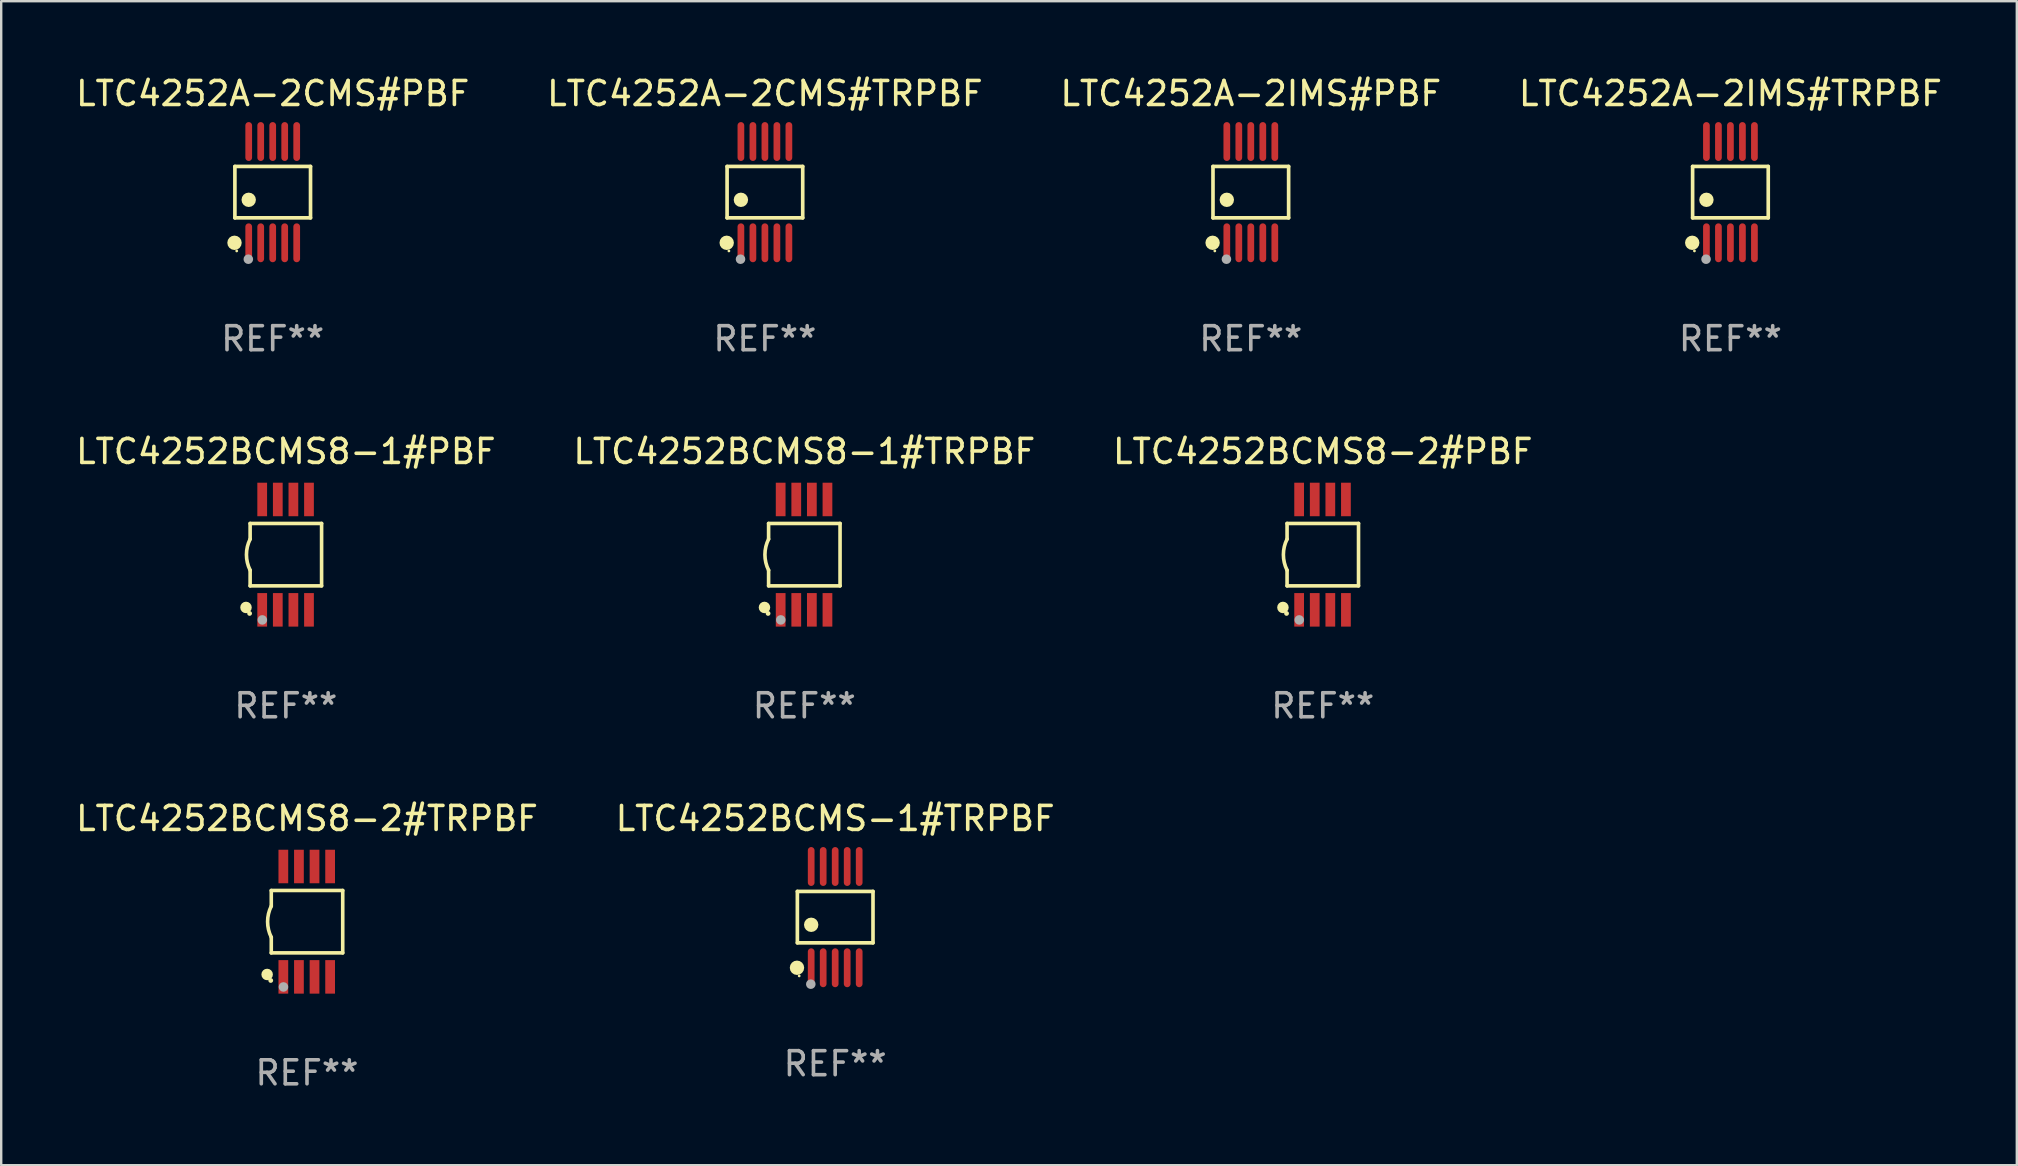
<source format=kicad_pcb>
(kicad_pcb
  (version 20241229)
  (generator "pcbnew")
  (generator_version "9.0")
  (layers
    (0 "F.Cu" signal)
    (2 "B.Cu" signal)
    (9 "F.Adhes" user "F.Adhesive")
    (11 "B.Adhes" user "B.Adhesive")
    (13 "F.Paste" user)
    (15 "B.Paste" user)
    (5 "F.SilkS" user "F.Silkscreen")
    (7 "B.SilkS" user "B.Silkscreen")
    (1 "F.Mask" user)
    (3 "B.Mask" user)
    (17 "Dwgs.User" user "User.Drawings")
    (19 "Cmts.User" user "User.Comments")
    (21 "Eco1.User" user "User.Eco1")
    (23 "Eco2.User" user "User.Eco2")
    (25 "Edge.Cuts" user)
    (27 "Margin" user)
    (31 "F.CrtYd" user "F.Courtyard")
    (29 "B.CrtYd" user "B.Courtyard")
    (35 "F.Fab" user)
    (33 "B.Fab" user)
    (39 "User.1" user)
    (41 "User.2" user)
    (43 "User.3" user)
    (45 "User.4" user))
  (footprint "LTC4252BCMS8-2#PBF"
    (layer "F.Cu")
    (at 52.077 20.065)
    (property "Reference" "LTC4252BCMS8-2#PBF" (at 0 -4.3 0) (layer "F.SilkS") (effects (font (size 1 1) (thickness 0.15))))
    (attr through_hole)
    (fp_line (start -1.489 -1.3) (end -1.489 -0.648) (stroke (width 0.15) (type solid)) (layer "F.SilkS"))
    (fp_line (start -1.489 0.648) (end -1.489 1.3) (stroke (width 0.15) (type solid)) (layer "F.SilkS"))
    (fp_line (start -1.489 1.3) (end 1.489 1.3) (stroke (width 0.15) (type solid)) (layer "F.SilkS"))
    (fp_line (start 1.489 -1.3) (end -1.489 -1.3) (stroke (width 0.15) (type solid)) (layer "F.SilkS"))
    (fp_line (start 1.489 1.3) (end 1.489 -1.3) (stroke (width 0.15) (type solid)) (layer "F.SilkS"))
    (fp_arc (start -1.489205 0.647702) (mid -1.642107 0) (end -1.489205 -0.647701) (stroke (width 0.150013) (type solid)) (layer "F.SilkS"))
    (fp_circle (center -1.661 2.2) (end -1.541 2.2) (stroke (width 0.24) (type solid)) (fill no) (layer "F.SilkS"))
    (fp_circle (center -1.511 2.45) (end -1.461 2.45) (stroke (width 0.1) (type solid)) (fill no) (layer "F.SilkS"))
    (fp_circle (center -0.981 2.72) (end -0.881 2.72) (stroke (width 0.2) (type solid)) (fill no) (layer "F.Fab"))
    (fp_text user "REF**" (at 0 6.3 0) (layer "F.Fab") (effects (font (size 1 1) (thickness 0.15))))
    (pad "1" smd rect (at -0.986 2.3) (size 0.406 1.397) (layers "F.Cu" "F.Mask" "F.Paste"))
    (pad "2" smd rect (at -0.336 2.3) (size 0.406 1.397) (layers "F.Cu" "F.Mask" "F.Paste"))
    (pad "3" smd rect (at 0.314 2.3) (size 0.406 1.397) (layers "F.Cu" "F.Mask" "F.Paste"))
    (pad "4" smd rect (at 0.964 2.3) (size 0.406 1.397) (layers "F.Cu" "F.Mask" "F.Paste"))
    (pad "5" smd rect (at 0.964 -2.3) (size 0.406 1.397) (layers "F.Cu" "F.Mask" "F.Paste"))
    (pad "6" smd rect (at 0.314 -2.3) (size 0.406 1.397) (layers "F.Cu" "F.Mask" "F.Paste"))
    (pad "7" smd rect (at -0.336 -2.3) (size 0.406 1.397) (layers "F.Cu" "F.Mask" "F.Paste"))
    (pad "8" smd rect (at -0.986 -2.3) (size 0.406 1.397) (layers "F.Cu" "F.Mask" "F.Paste")))
  (footprint "LTC4252BCMS8-1#PBF"
    (layer "F.Cu")
    (at 8.863 20.065)
    (property "Reference" "LTC4252BCMS8-1#PBF" (at 0 -4.3 0) (layer "F.SilkS") (effects (font (size 1 1) (thickness 0.15))))
    (attr through_hole)
    (fp_line (start -1.489 -1.3) (end -1.489 -0.648) (stroke (width 0.15) (type solid)) (layer "F.SilkS"))
    (fp_line (start -1.489 0.648) (end -1.489 1.3) (stroke (width 0.15) (type solid)) (layer "F.SilkS"))
    (fp_line (start -1.489 1.3) (end 1.489 1.3) (stroke (width 0.15) (type solid)) (layer "F.SilkS"))
    (fp_line (start 1.489 -1.3) (end -1.489 -1.3) (stroke (width 0.15) (type solid)) (layer "F.SilkS"))
    (fp_line (start 1.489 1.3) (end 1.489 -1.3) (stroke (width 0.15) (type solid)) (layer "F.SilkS"))
    (fp_arc (start -1.489205 0.647702) (mid -1.642107 0) (end -1.489205 -0.647701) (stroke (width 0.150013) (type solid)) (layer "F.SilkS"))
    (fp_circle (center -1.661 2.2) (end -1.541 2.2) (stroke (width 0.24) (type solid)) (fill no) (layer "F.SilkS"))
    (fp_circle (center -1.511 2.45) (end -1.461 2.45) (stroke (width 0.1) (type solid)) (fill no) (layer "F.SilkS"))
    (fp_circle (center -0.981 2.72) (end -0.881 2.72) (stroke (width 0.2) (type solid)) (fill no) (layer "F.Fab"))
    (fp_text user "REF**" (at 0 6.3 0) (layer "F.Fab") (effects (font (size 1 1) (thickness 0.15))))
    (pad "1" smd rect (at -0.986 2.3) (size 0.406 1.397) (layers "F.Cu" "F.Mask" "F.Paste"))
    (pad "2" smd rect (at -0.336 2.3) (size 0.406 1.397) (layers "F.Cu" "F.Mask" "F.Paste"))
    (pad "3" smd rect (at 0.314 2.3) (size 0.406 1.397) (layers "F.Cu" "F.Mask" "F.Paste"))
    (pad "4" smd rect (at 0.964 2.3) (size 0.406 1.397) (layers "F.Cu" "F.Mask" "F.Paste"))
    (pad "5" smd rect (at 0.964 -2.3) (size 0.406 1.397) (layers "F.Cu" "F.Mask" "F.Paste"))
    (pad "6" smd rect (at 0.314 -2.3) (size 0.406 1.397) (layers "F.Cu" "F.Mask" "F.Paste"))
    (pad "7" smd rect (at -0.336 -2.3) (size 0.406 1.397) (layers "F.Cu" "F.Mask" "F.Paste"))
    (pad "8" smd rect (at -0.986 -2.3) (size 0.406 1.397) (layers "F.Cu" "F.Mask" "F.Paste")))
  (footprint "LTC4252BCMS8-1#TRPBF"
    (layer "F.Cu")
    (at 30.47 20.065)
    (property "Reference" "LTC4252BCMS8-1#TRPBF" (at 0 -4.3 0) (layer "F.SilkS") (effects (font (size 1 1) (thickness 0.15))))
    (attr through_hole)
    (fp_line (start -1.489 -1.3) (end -1.489 -0.648) (stroke (width 0.15) (type solid)) (layer "F.SilkS"))
    (fp_line (start -1.489 0.648) (end -1.489 1.3) (stroke (width 0.15) (type solid)) (layer "F.SilkS"))
    (fp_line (start -1.489 1.3) (end 1.489 1.3) (stroke (width 0.15) (type solid)) (layer "F.SilkS"))
    (fp_line (start 1.489 -1.3) (end -1.489 -1.3) (stroke (width 0.15) (type solid)) (layer "F.SilkS"))
    (fp_line (start 1.489 1.3) (end 1.489 -1.3) (stroke (width 0.15) (type solid)) (layer "F.SilkS"))
    (fp_arc (start -1.489205 0.647702) (mid -1.642107 0) (end -1.489205 -0.647701) (stroke (width 0.150013) (type solid)) (layer "F.SilkS"))
    (fp_circle (center -1.661 2.2) (end -1.541 2.2) (stroke (width 0.24) (type solid)) (fill no) (layer "F.SilkS"))
    (fp_circle (center -1.511 2.45) (end -1.461 2.45) (stroke (width 0.1) (type solid)) (fill no) (layer "F.SilkS"))
    (fp_circle (center -0.981 2.72) (end -0.881 2.72) (stroke (width 0.2) (type solid)) (fill no) (layer "F.Fab"))
    (fp_text user "REF**" (at 0 6.3 0) (layer "F.Fab") (effects (font (size 1 1) (thickness 0.15))))
    (pad "1" smd rect (at -0.986 2.3) (size 0.406 1.397) (layers "F.Cu" "F.Mask" "F.Paste"))
    (pad "2" smd rect (at -0.336 2.3) (size 0.406 1.397) (layers "F.Cu" "F.Mask" "F.Paste"))
    (pad "3" smd rect (at 0.314 2.3) (size 0.406 1.397) (layers "F.Cu" "F.Mask" "F.Paste"))
    (pad "4" smd rect (at 0.964 2.3) (size 0.406 1.397) (layers "F.Cu" "F.Mask" "F.Paste"))
    (pad "5" smd rect (at 0.964 -2.3) (size 0.406 1.397) (layers "F.Cu" "F.Mask" "F.Paste"))
    (pad "6" smd rect (at 0.314 -2.3) (size 0.406 1.397) (layers "F.Cu" "F.Mask" "F.Paste"))
    (pad "7" smd rect (at -0.336 -2.3) (size 0.406 1.397) (layers "F.Cu" "F.Mask" "F.Paste"))
    (pad "8" smd rect (at -0.986 -2.3) (size 0.406 1.397) (layers "F.Cu" "F.Mask" "F.Paste")))
  (footprint "LTC4252A-2IMS#PBF"
    (layer "F.Cu")
    (at 49.077 4.958)
    (property "Reference" "LTC4252A-2IMS#PBF" (at 0 -4.11 0) (layer "F.SilkS") (effects (font (size 1 1) (thickness 0.15))))
    (attr through_hole)
    (fp_line (start -1.576 -1.071) (end 1.576 -1.071) (stroke (width 0.152) (type solid)) (layer "F.SilkS"))
    (fp_line (start -1.576 1.071) (end -1.576 -1.071) (stroke (width 0.152) (type solid)) (layer "F.SilkS"))
    (fp_line (start 1.576 -1.071) (end 1.576 1.071) (stroke (width 0.152) (type solid)) (layer "F.SilkS"))
    (fp_line (start 1.576 1.071) (end -1.576 1.071) (stroke (width 0.152) (type solid)) (layer "F.SilkS"))
    (fp_circle (center -1.592 2.11) (end -1.442 2.11) (stroke (width 0.3) (type solid)) (fill no) (layer "F.SilkS"))
    (fp_circle (center -1.5 2.45) (end -1.47 2.45) (stroke (width 0.06) (type solid)) (fill no) (layer "F.SilkS"))
    (fp_circle (center -1 0.319) (end -0.85 0.319) (stroke (width 0.3) (type solid)) (fill no) (layer "F.SilkS"))
    (fp_circle (center -1.016 2.794) (end -0.916 2.794) (stroke (width 0.2) (type solid)) (fill no) (layer "F.Fab"))
    (fp_text user "REF**" (at 0 6.11 0) (layer "F.Fab") (effects (font (size 1 1) (thickness 0.15))))
    (pad "1" smd oval (at -1 2.11) (size 0.28 1.62) (layers "F.Cu" "F.Mask" "F.Paste"))
    (pad "2" smd oval (at -0.5 2.11) (size 0.28 1.62) (layers "F.Cu" "F.Mask" "F.Paste"))
    (pad "3" smd oval (at 0 2.11) (size 0.28 1.62) (layers "F.Cu" "F.Mask" "F.Paste"))
    (pad "4" smd oval (at 0.5 2.11) (size 0.28 1.62) (layers "F.Cu" "F.Mask" "F.Paste"))
    (pad "5" smd oval (at 1 2.11) (size 0.28 1.62) (layers "F.Cu" "F.Mask" "F.Paste"))
    (pad "6" smd oval (at 1 -2.11) (size 0.28 1.62) (layers "F.Cu" "F.Mask" "F.Paste"))
    (pad "7" smd oval (at 0.5 -2.11) (size 0.28 1.62) (layers "F.Cu" "F.Mask" "F.Paste"))
    (pad "8" smd oval (at 0 -2.11) (size 0.28 1.62) (layers "F.Cu" "F.Mask" "F.Paste"))
    (pad "9" smd oval (at -0.5 -2.11) (size 0.28 1.62) (layers "F.Cu" "F.Mask" "F.Paste"))
    (pad "10" smd oval (at -1 -2.11) (size 0.28 1.62) (layers "F.Cu" "F.Mask" "F.Paste")))
  (footprint "LTC4252A-2IMS#TRPBF"
    (layer "F.Cu")
    (at 69.065 4.958)
    (property "Reference" "LTC4252A-2IMS#TRPBF" (at 0 -4.11 0) (layer "F.SilkS") (effects (font (size 1 1) (thickness 0.15))))
    (attr through_hole)
    (fp_line (start -1.576 -1.071) (end 1.576 -1.071) (stroke (width 0.152) (type solid)) (layer "F.SilkS"))
    (fp_line (start -1.576 1.071) (end -1.576 -1.071) (stroke (width 0.152) (type solid)) (layer "F.SilkS"))
    (fp_line (start 1.576 -1.071) (end 1.576 1.071) (stroke (width 0.152) (type solid)) (layer "F.SilkS"))
    (fp_line (start 1.576 1.071) (end -1.576 1.071) (stroke (width 0.152) (type solid)) (layer "F.SilkS"))
    (fp_circle (center -1.592 2.11) (end -1.442 2.11) (stroke (width 0.3) (type solid)) (fill no) (layer "F.SilkS"))
    (fp_circle (center -1.5 2.45) (end -1.47 2.45) (stroke (width 0.06) (type solid)) (fill no) (layer "F.SilkS"))
    (fp_circle (center -1 0.319) (end -0.85 0.319) (stroke (width 0.3) (type solid)) (fill no) (layer "F.SilkS"))
    (fp_circle (center -1.016 2.794) (end -0.916 2.794) (stroke (width 0.2) (type solid)) (fill no) (layer "F.Fab"))
    (fp_text user "REF**" (at 0 6.11 0) (layer "F.Fab") (effects (font (size 1 1) (thickness 0.15))))
    (pad "1" smd oval (at -1 2.11) (size 0.28 1.62) (layers "F.Cu" "F.Mask" "F.Paste"))
    (pad "2" smd oval (at -0.5 2.11) (size 0.28 1.62) (layers "F.Cu" "F.Mask" "F.Paste"))
    (pad "3" smd oval (at 0 2.11) (size 0.28 1.62) (layers "F.Cu" "F.Mask" "F.Paste"))
    (pad "4" smd oval (at 0.5 2.11) (size 0.28 1.62) (layers "F.Cu" "F.Mask" "F.Paste"))
    (pad "5" smd oval (at 1 2.11) (size 0.28 1.62) (layers "F.Cu" "F.Mask" "F.Paste"))
    (pad "6" smd oval (at 1 -2.11) (size 0.28 1.62) (layers "F.Cu" "F.Mask" "F.Paste"))
    (pad "7" smd oval (at 0.5 -2.11) (size 0.28 1.62) (layers "F.Cu" "F.Mask" "F.Paste"))
    (pad "8" smd oval (at 0 -2.11) (size 0.28 1.62) (layers "F.Cu" "F.Mask" "F.Paste"))
    (pad "9" smd oval (at -0.5 -2.11) (size 0.28 1.62) (layers "F.Cu" "F.Mask" "F.Paste"))
    (pad "10" smd oval (at -1 -2.11) (size 0.28 1.62) (layers "F.Cu" "F.Mask" "F.Paste")))
  (footprint "LTC4252BCMS8-2#TRPBF"
    (layer "F.Cu")
    (at 9.744 35.361)
    (property "Reference" "LTC4252BCMS8-2#TRPBF" (at 0 -4.3 0) (layer "F.SilkS") (effects (font (size 1 1) (thickness 0.15))))
    (attr through_hole)
    (fp_line (start -1.489 -1.3) (end -1.489 -0.648) (stroke (width 0.15) (type solid)) (layer "F.SilkS"))
    (fp_line (start -1.489 0.648) (end -1.489 1.3) (stroke (width 0.15) (type solid)) (layer "F.SilkS"))
    (fp_line (start -1.489 1.3) (end 1.489 1.3) (stroke (width 0.15) (type solid)) (layer "F.SilkS"))
    (fp_line (start 1.489 -1.3) (end -1.489 -1.3) (stroke (width 0.15) (type solid)) (layer "F.SilkS"))
    (fp_line (start 1.489 1.3) (end 1.489 -1.3) (stroke (width 0.15) (type solid)) (layer "F.SilkS"))
    (fp_arc (start -1.489205 0.647702) (mid -1.642107 0) (end -1.489205 -0.647701) (stroke (width 0.150013) (type solid)) (layer "F.SilkS"))
    (fp_circle (center -1.661 2.2) (end -1.541 2.2) (stroke (width 0.24) (type solid)) (fill no) (layer "F.SilkS"))
    (fp_circle (center -1.511 2.45) (end -1.461 2.45) (stroke (width 0.1) (type solid)) (fill no) (layer "F.SilkS"))
    (fp_circle (center -0.981 2.72) (end -0.881 2.72) (stroke (width 0.2) (type solid)) (fill no) (layer "F.Fab"))
    (fp_text user "REF**" (at 0 6.3 0) (layer "F.Fab") (effects (font (size 1 1) (thickness 0.15))))
    (pad "1" smd rect (at -0.986 2.3) (size 0.406 1.397) (layers "F.Cu" "F.Mask" "F.Paste"))
    (pad "2" smd rect (at -0.336 2.3) (size 0.406 1.397) (layers "F.Cu" "F.Mask" "F.Paste"))
    (pad "3" smd rect (at 0.314 2.3) (size 0.406 1.397) (layers "F.Cu" "F.Mask" "F.Paste"))
    (pad "4" smd rect (at 0.964 2.3) (size 0.406 1.397) (layers "F.Cu" "F.Mask" "F.Paste"))
    (pad "5" smd rect (at 0.964 -2.3) (size 0.406 1.397) (layers "F.Cu" "F.Mask" "F.Paste"))
    (pad "6" smd rect (at 0.314 -2.3) (size 0.406 1.397) (layers "F.Cu" "F.Mask" "F.Paste"))
    (pad "7" smd rect (at -0.336 -2.3) (size 0.406 1.397) (layers "F.Cu" "F.Mask" "F.Paste"))
    (pad "8" smd rect (at -0.986 -2.3) (size 0.406 1.397) (layers "F.Cu" "F.Mask" "F.Paste")))
  (footprint "LTC4252A-2CMS#PBF"
    (layer "F.Cu")
    (at 8.315 4.958)
    (property "Reference" "LTC4252A-2CMS#PBF" (at 0 -4.11 0) (layer "F.SilkS") (effects (font (size 1 1) (thickness 0.15))))
    (attr through_hole)
    (fp_line (start -1.576 -1.071) (end 1.576 -1.071) (stroke (width 0.152) (type solid)) (layer "F.SilkS"))
    (fp_line (start -1.576 1.071) (end -1.576 -1.071) (stroke (width 0.152) (type solid)) (layer "F.SilkS"))
    (fp_line (start 1.576 -1.071) (end 1.576 1.071) (stroke (width 0.152) (type solid)) (layer "F.SilkS"))
    (fp_line (start 1.576 1.071) (end -1.576 1.071) (stroke (width 0.152) (type solid)) (layer "F.SilkS"))
    (fp_circle (center -1.592 2.11) (end -1.442 2.11) (stroke (width 0.3) (type solid)) (fill no) (layer "F.SilkS"))
    (fp_circle (center -1.5 2.45) (end -1.47 2.45) (stroke (width 0.06) (type solid)) (fill no) (layer "F.SilkS"))
    (fp_circle (center -1 0.319) (end -0.85 0.319) (stroke (width 0.3) (type solid)) (fill no) (layer "F.SilkS"))
    (fp_circle (center -1.016 2.794) (end -0.916 2.794) (stroke (width 0.2) (type solid)) (fill no) (layer "F.Fab"))
    (fp_text user "REF**" (at 0 6.11 0) (layer "F.Fab") (effects (font (size 1 1) (thickness 0.15))))
    (pad "1" smd oval (at -1 2.11) (size 0.28 1.62) (layers "F.Cu" "F.Mask" "F.Paste"))
    (pad "2" smd oval (at -0.5 2.11) (size 0.28 1.62) (layers "F.Cu" "F.Mask" "F.Paste"))
    (pad "3" smd oval (at 0 2.11) (size 0.28 1.62) (layers "F.Cu" "F.Mask" "F.Paste"))
    (pad "4" smd oval (at 0.5 2.11) (size 0.28 1.62) (layers "F.Cu" "F.Mask" "F.Paste"))
    (pad "5" smd oval (at 1 2.11) (size 0.28 1.62) (layers "F.Cu" "F.Mask" "F.Paste"))
    (pad "6" smd oval (at 1 -2.11) (size 0.28 1.62) (layers "F.Cu" "F.Mask" "F.Paste"))
    (pad "7" smd oval (at 0.5 -2.11) (size 0.28 1.62) (layers "F.Cu" "F.Mask" "F.Paste"))
    (pad "8" smd oval (at 0 -2.11) (size 0.28 1.62) (layers "F.Cu" "F.Mask" "F.Paste"))
    (pad "9" smd oval (at -0.5 -2.11) (size 0.28 1.62) (layers "F.Cu" "F.Mask" "F.Paste"))
    (pad "10" smd oval (at -1 -2.11) (size 0.28 1.62) (layers "F.Cu" "F.Mask" "F.Paste")))
  (footprint "LTC4252A-2CMS#TRPBF"
    (layer "F.Cu")
    (at 28.827 4.958)
    (property "Reference" "LTC4252A-2CMS#TRPBF" (at 0 -4.11 0) (layer "F.SilkS") (effects (font (size 1 1) (thickness 0.15))))
    (attr through_hole)
    (fp_line (start -1.576 -1.071) (end 1.576 -1.071) (stroke (width 0.152) (type solid)) (layer "F.SilkS"))
    (fp_line (start -1.576 1.071) (end -1.576 -1.071) (stroke (width 0.152) (type solid)) (layer "F.SilkS"))
    (fp_line (start 1.576 -1.071) (end 1.576 1.071) (stroke (width 0.152) (type solid)) (layer "F.SilkS"))
    (fp_line (start 1.576 1.071) (end -1.576 1.071) (stroke (width 0.152) (type solid)) (layer "F.SilkS"))
    (fp_circle (center -1.592 2.11) (end -1.442 2.11) (stroke (width 0.3) (type solid)) (fill no) (layer "F.SilkS"))
    (fp_circle (center -1.5 2.45) (end -1.47 2.45) (stroke (width 0.06) (type solid)) (fill no) (layer "F.SilkS"))
    (fp_circle (center -1 0.319) (end -0.85 0.319) (stroke (width 0.3) (type solid)) (fill no) (layer "F.SilkS"))
    (fp_circle (center -1.016 2.794) (end -0.916 2.794) (stroke (width 0.2) (type solid)) (fill no) (layer "F.Fab"))
    (fp_text user "REF**" (at 0 6.11 0) (layer "F.Fab") (effects (font (size 1 1) (thickness 0.15))))
    (pad "1" smd oval (at -1 2.11) (size 0.28 1.62) (layers "F.Cu" "F.Mask" "F.Paste"))
    (pad "2" smd oval (at -0.5 2.11) (size 0.28 1.62) (layers "F.Cu" "F.Mask" "F.Paste"))
    (pad "3" smd oval (at 0 2.11) (size 0.28 1.62) (layers "F.Cu" "F.Mask" "F.Paste"))
    (pad "4" smd oval (at 0.5 2.11) (size 0.28 1.62) (layers "F.Cu" "F.Mask" "F.Paste"))
    (pad "5" smd oval (at 1 2.11) (size 0.28 1.62) (layers "F.Cu" "F.Mask" "F.Paste"))
    (pad "6" smd oval (at 1 -2.11) (size 0.28 1.62) (layers "F.Cu" "F.Mask" "F.Paste"))
    (pad "7" smd oval (at 0.5 -2.11) (size 0.28 1.62) (layers "F.Cu" "F.Mask" "F.Paste"))
    (pad "8" smd oval (at 0 -2.11) (size 0.28 1.62) (layers "F.Cu" "F.Mask" "F.Paste"))
    (pad "9" smd oval (at -0.5 -2.11) (size 0.28 1.62) (layers "F.Cu" "F.Mask" "F.Paste"))
    (pad "10" smd oval (at -1 -2.11) (size 0.28 1.62) (layers "F.Cu" "F.Mask" "F.Paste")))
  (footprint "LTC4252BCMS-1#TRPBF"
    (layer "F.Cu")
    (at 31.756 35.171)
    (property "Reference" "LTC4252BCMS-1#TRPBF" (at 0 -4.11 0) (layer "F.SilkS") (effects (font (size 1 1) (thickness 0.15))))
    (attr through_hole)
    (fp_line (start -1.576 -1.071) (end 1.576 -1.071) (stroke (width 0.152) (type solid)) (layer "F.SilkS"))
    (fp_line (start -1.576 1.071) (end -1.576 -1.071) (stroke (width 0.152) (type solid)) (layer "F.SilkS"))
    (fp_line (start 1.576 -1.071) (end 1.576 1.071) (stroke (width 0.152) (type solid)) (layer "F.SilkS"))
    (fp_line (start 1.576 1.071) (end -1.576 1.071) (stroke (width 0.152) (type solid)) (layer "F.SilkS"))
    (fp_circle (center -1.592 2.11) (end -1.442 2.11) (stroke (width 0.3) (type solid)) (fill no) (layer "F.SilkS"))
    (fp_circle (center -1.5 2.45) (end -1.47 2.45) (stroke (width 0.06) (type solid)) (fill no) (layer "F.SilkS"))
    (fp_circle (center -1 0.319) (end -0.85 0.319) (stroke (width 0.3) (type solid)) (fill no) (layer "F.SilkS"))
    (fp_circle (center -1.016 2.794) (end -0.916 2.794) (stroke (width 0.2) (type solid)) (fill no) (layer "F.Fab"))
    (fp_text user "REF**" (at 0 6.11 0) (layer "F.Fab") (effects (font (size 1 1) (thickness 0.15))))
    (pad "1" smd oval (at -1 2.11) (size 0.28 1.62) (layers "F.Cu" "F.Mask" "F.Paste"))
    (pad "2" smd oval (at -0.5 2.11) (size 0.28 1.62) (layers "F.Cu" "F.Mask" "F.Paste"))
    (pad "3" smd oval (at 0 2.11) (size 0.28 1.62) (layers "F.Cu" "F.Mask" "F.Paste"))
    (pad "4" smd oval (at 0.5 2.11) (size 0.28 1.62) (layers "F.Cu" "F.Mask" "F.Paste"))
    (pad "5" smd oval (at 1 2.11) (size 0.28 1.62) (layers "F.Cu" "F.Mask" "F.Paste"))
    (pad "6" smd oval (at 1 -2.11) (size 0.28 1.62) (layers "F.Cu" "F.Mask" "F.Paste"))
    (pad "7" smd oval (at 0.5 -2.11) (size 0.28 1.62) (layers "F.Cu" "F.Mask" "F.Paste"))
    (pad "8" smd oval (at 0 -2.11) (size 0.28 1.62) (layers "F.Cu" "F.Mask" "F.Paste"))
    (pad "9" smd oval (at -0.5 -2.11) (size 0.28 1.62) (layers "F.Cu" "F.Mask" "F.Paste"))
    (pad "10" smd oval (at -1 -2.11) (size 0.28 1.62) (layers "F.Cu" "F.Mask" "F.Paste")))
  (gr_rect
    (start -3 -3)
    (end 81 45.509)
    (stroke (width 0.1) (type default))
    (fill no)
    (layer "Edge.Cuts")))
</source>
